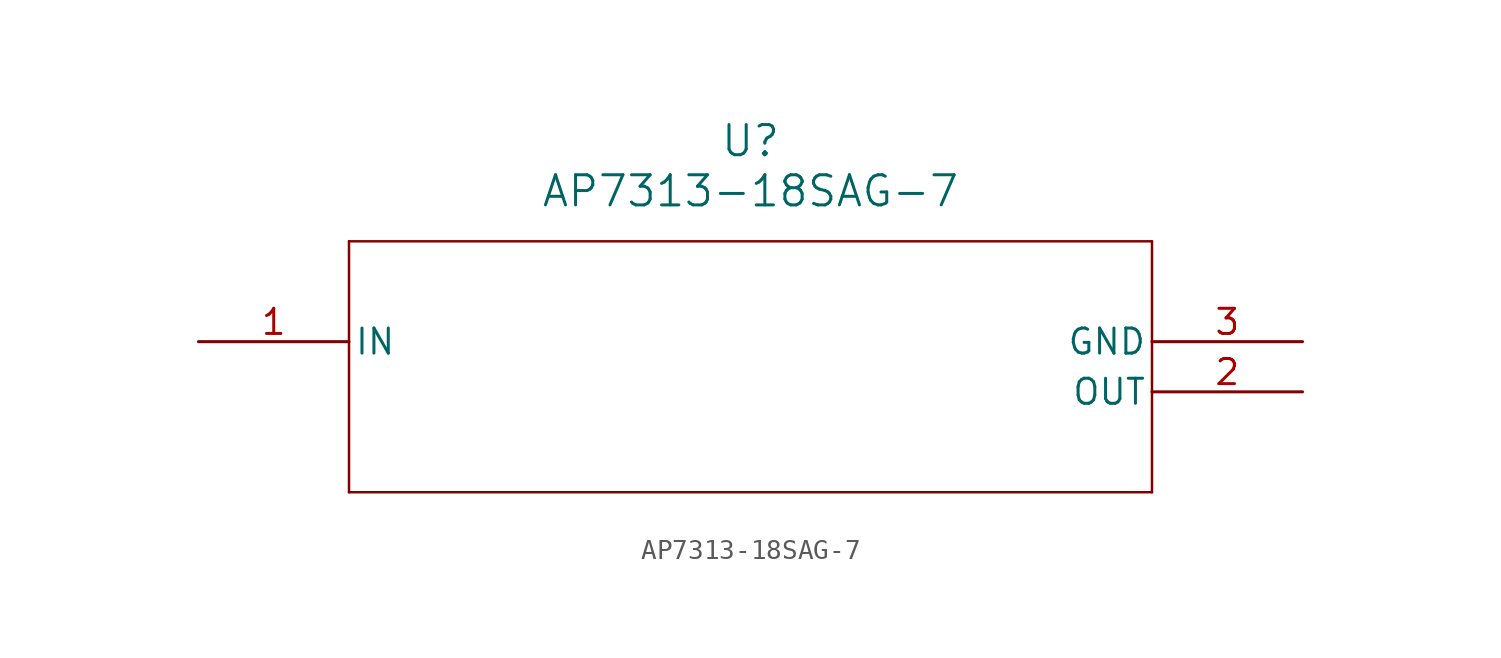
<source format=kicad_sym>
(kicad_symbol_lib
  (version 20211014)
  (generator kicad_symbol_editor)
  (symbol "AP7313-18SAG-7"
    (pin_names
      (offset 0.254))
    (property "Reference" "U"
      (at 27.94 10.16 0)
      (effects (font (size 1.524 1.524))))
    (property "Value" "AP7313-18SAG-7"
      (at 27.94 7.62 0)
      (effects (font (size 1.524 1.524))))
    (symbol "AP7313-18SAG-7_0_1"
      (polyline (pts (xy 7.62 5.08) (xy 7.62 -7.62)) (stroke (width 0.127) (type default) (color 0 0 0 0)) (fill (type none)))
      (polyline (pts (xy 7.62 -7.62) (xy 48.26 -7.62)) (stroke (width 0.127) (type default) (color 0 0 0 0)) (fill (type none)))
      (polyline (pts (xy 48.26 -7.62) (xy 48.26 5.08)) (stroke (width 0.127) (type default) (color 0 0 0 0)) (fill (type none)))
      (polyline (pts (xy 48.26 5.08) (xy 7.62 5.08)) (stroke (width 0.127) (type default) (color 0 0 0 0)) (fill (type none)))
      (pin input line (at 0 0 0) (length 7.62) (name "IN" (effects (font (size 1.27 1.27)))) (number "1" (effects (font (size 1.27 1.27)))))
      (pin output line (at 55.88 -2.54 180) (length 7.62) (name "OUT" (effects (font (size 1.27 1.27)))) (number "2" (effects (font (size 1.27 1.27)))))
      (pin power_in line (at 55.88 0 180) (length 7.62) (name "GND" (effects (font (size 1.27 1.27)))) (number "3" (effects (font (size 1.27 1.27))))))))
</source>
